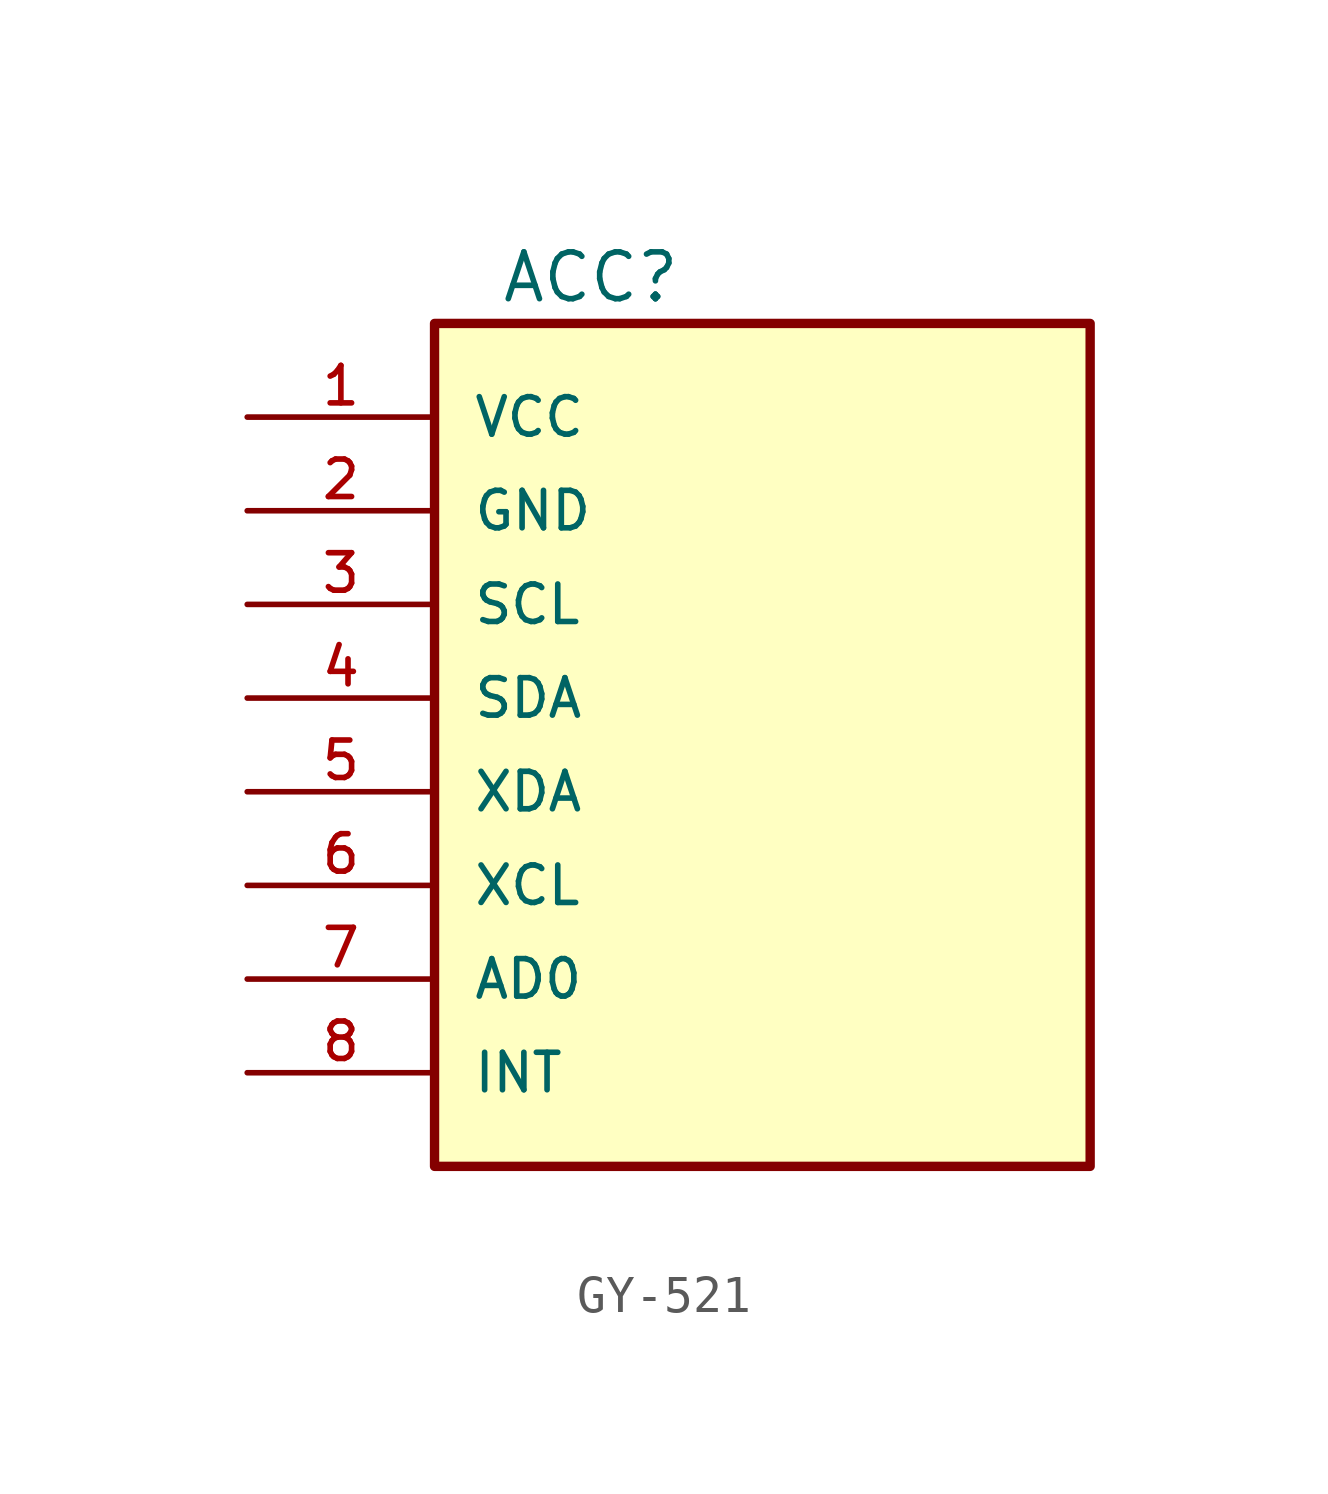
<source format=kicad_sym>
(kicad_symbol_lib
  (version 20231120)
  (generator "kicad_symbol_editor")
  (generator_version "8.0")
  (symbol "GY-521"
    (pin_names
      (offset 1.016))
    (property "Reference" "ACC"
      (at -9.652 11.938 0)
      (effects (font (size 1.27 1.27)) (justify left bottom)))
    (symbol "GY-521_0_1"
      (rectangle (start -11.43 11.43) (end 6.35 -11.43) (stroke (width 0.254) (type default)) (fill (type background))))
    (symbol "GY-521_1_0"
      (pin power_in line (at -16.51 8.89 0) (length 5.08) (name "VCC" (effects (font (size 1.016 1.016)))) (number "1" (effects (font (size 1.016 1.016)))))
      (pin power_in line (at -16.51 6.35 0) (length 5.08) (name "GND" (effects (font (size 1.016 1.016)))) (number "2" (effects (font (size 1.016 1.016)))))
      (pin bidirectional line (at -16.51 3.81 0) (length 5.08) (name "SCL" (effects (font (size 1.016 1.016)))) (number "3" (effects (font (size 1.016 1.016)))))
      (pin bidirectional line (at -16.51 1.27 0) (length 5.08) (name "SDA" (effects (font (size 1.016 1.016)))) (number "4" (effects (font (size 1.016 1.016)))))
      (pin bidirectional line (at -16.51 -1.27 0) (length 5.08) (name "XDA" (effects (font (size 1.016 1.016)))) (number "5" (effects (font (size 1.016 1.016)))))
      (pin bidirectional line (at -16.51 -3.81 0) (length 5.08) (name "XCL" (effects (font (size 1.016 1.016)))) (number "6" (effects (font (size 1.016 1.016)))))
      (pin bidirectional line (at -16.51 -6.35 0) (length 5.08) (name "AD0" (effects (font (size 1.016 1.016)))) (number "7" (effects (font (size 1.016 1.016)))))
      (pin bidirectional line (at -16.51 -8.89 0) (length 5.08) (name "INT" (effects (font (size 1.016 1.016)))) (number "8" (effects (font (size 1.016 1.016))))))))
</source>
